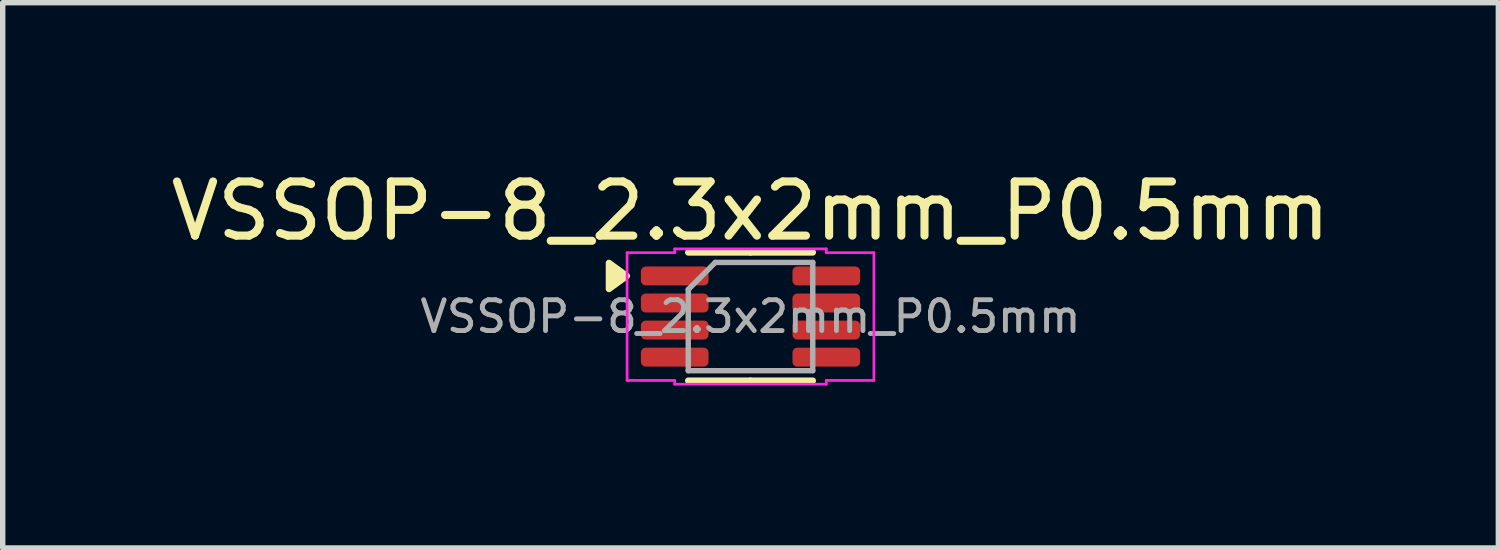
<source format=kicad_pcb>
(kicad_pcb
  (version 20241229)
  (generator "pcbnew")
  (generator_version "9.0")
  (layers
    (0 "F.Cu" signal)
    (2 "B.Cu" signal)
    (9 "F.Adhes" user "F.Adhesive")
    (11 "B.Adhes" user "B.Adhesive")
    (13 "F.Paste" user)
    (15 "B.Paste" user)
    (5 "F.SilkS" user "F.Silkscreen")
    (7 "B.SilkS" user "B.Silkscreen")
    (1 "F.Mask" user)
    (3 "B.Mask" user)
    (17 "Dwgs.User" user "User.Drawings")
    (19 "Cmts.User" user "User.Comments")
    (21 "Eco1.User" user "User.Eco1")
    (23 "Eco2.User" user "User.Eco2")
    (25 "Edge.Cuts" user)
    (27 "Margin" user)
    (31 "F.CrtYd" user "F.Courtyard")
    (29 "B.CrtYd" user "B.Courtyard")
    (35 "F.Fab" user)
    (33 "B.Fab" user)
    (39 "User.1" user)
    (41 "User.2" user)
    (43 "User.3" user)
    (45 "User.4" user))
  (footprint "VSSOP-8_2.3x2mm_P0.5mm"
    (layer "F.Cu")
    (at 10.815 2.798)
    (property "Reference" "VSSOP-8_2.3x2mm_P0.5mm" (at 0 -1.95 0) (layer "F.SilkS") (effects (font (size 1 1) (thickness 0.15))))
    (attr smd)
    (fp_line (start 0 -1.185) (end -1.15 -1.185) (stroke (width 0.12) (type solid)) (layer "F.SilkS"))
    (fp_line (start 0 -1.185) (end 1.15 -1.185) (stroke (width 0.12) (type solid)) (layer "F.SilkS"))
    (fp_line (start 0 1.185) (end -1.15 1.185) (stroke (width 0.12) (type solid)) (layer "F.SilkS"))
    (fp_line (start 0 1.185) (end 1.15 1.185) (stroke (width 0.12) (type solid)) (layer "F.SilkS"))
    (fp_poly (pts (xy -2.285 -0.75) (xy -2.615 -0.51) (xy -2.615 -0.99)) (stroke (width 0.12) (type solid)) (fill yes) (layer "F.SilkS"))
    (fp_line (start -2.28 -1.18) (end -1.4 -1.18) (stroke (width 0.05) (type solid)) (layer "F.CrtYd"))
    (fp_line (start -2.28 1.18) (end -2.28 -1.18) (stroke (width 0.05) (type solid)) (layer "F.CrtYd"))
    (fp_line (start -1.4 -1.25) (end 1.4 -1.25) (stroke (width 0.05) (type solid)) (layer "F.CrtYd"))
    (fp_line (start -1.4 -1.18) (end -1.4 -1.25) (stroke (width 0.05) (type solid)) (layer "F.CrtYd"))
    (fp_line (start -1.4 1.18) (end -2.28 1.18) (stroke (width 0.05) (type solid)) (layer "F.CrtYd"))
    (fp_line (start -1.4 1.25) (end -1.4 1.18) (stroke (width 0.05) (type solid)) (layer "F.CrtYd"))
    (fp_line (start 1.4 -1.25) (end 1.4 -1.18) (stroke (width 0.05) (type solid)) (layer "F.CrtYd"))
    (fp_line (start 1.4 -1.18) (end 2.28 -1.18) (stroke (width 0.05) (type solid)) (layer "F.CrtYd"))
    (fp_line (start 1.4 1.18) (end 1.4 1.25) (stroke (width 0.05) (type solid)) (layer "F.CrtYd"))
    (fp_line (start 1.4 1.25) (end -1.4 1.25) (stroke (width 0.05) (type solid)) (layer "F.CrtYd"))
    (fp_line (start 2.28 -1.18) (end 2.28 1.18) (stroke (width 0.05) (type solid)) (layer "F.CrtYd"))
    (fp_line (start 2.28 1.18) (end 1.4 1.18) (stroke (width 0.05) (type solid)) (layer "F.CrtYd"))
    (fp_line (start -1.15 -0.5) (end -0.65 -1) (stroke (width 0.1) (type solid)) (layer "F.Fab"))
    (fp_line (start -1.15 1) (end -1.15 -0.5) (stroke (width 0.1) (type solid)) (layer "F.Fab"))
    (fp_line (start -0.65 -1) (end 1.15 -1) (stroke (width 0.1) (type solid)) (layer "F.Fab"))
    (fp_line (start 1.15 -1) (end 1.15 1) (stroke (width 0.1) (type solid)) (layer "F.Fab"))
    (fp_line (start 1.15 1) (end -1.15 1) (stroke (width 0.1) (type solid)) (layer "F.Fab"))
    (fp_text user "${REFERENCE}" (at 0 0 0) (layer "F.Fab") (effects (font (size 0.57 0.57) (thickness 0.09))))
    (pad "1" smd roundrect (at -1.4 -0.75) (size 1.25 0.35) (layers "F.Cu" "F.Mask" "F.Paste") (roundrect_rratio 0.25))
    (pad "2" smd roundrect (at -1.4 -0.25) (size 1.25 0.35) (layers "F.Cu" "F.Mask" "F.Paste") (roundrect_rratio 0.25))
    (pad "3" smd roundrect (at -1.4 0.25) (size 1.25 0.35) (layers "F.Cu" "F.Mask" "F.Paste") (roundrect_rratio 0.25))
    (pad "4" smd roundrect (at -1.4 0.75) (size 1.25 0.35) (layers "F.Cu" "F.Mask" "F.Paste") (roundrect_rratio 0.25))
    (pad "5" smd roundrect (at 1.4 0.75) (size 1.25 0.35) (layers "F.Cu" "F.Mask" "F.Paste") (roundrect_rratio 0.25))
    (pad "6" smd roundrect (at 1.4 0.25) (size 1.25 0.35) (layers "F.Cu" "F.Mask" "F.Paste") (roundrect_rratio 0.25))
    (pad "7" smd roundrect (at 1.4 -0.25) (size 1.25 0.35) (layers "F.Cu" "F.Mask" "F.Paste") (roundrect_rratio 0.25))
    (pad "8" smd roundrect (at 1.4 -0.75) (size 1.25 0.35) (layers "F.Cu" "F.Mask" "F.Paste") (roundrect_rratio 0.25)))
  (gr_rect
    (start -3 -3)
    (end 24.631 7.073)
    (stroke (width 0.1) (type default))
    (fill no)
    (layer "Edge.Cuts")))
</source>
